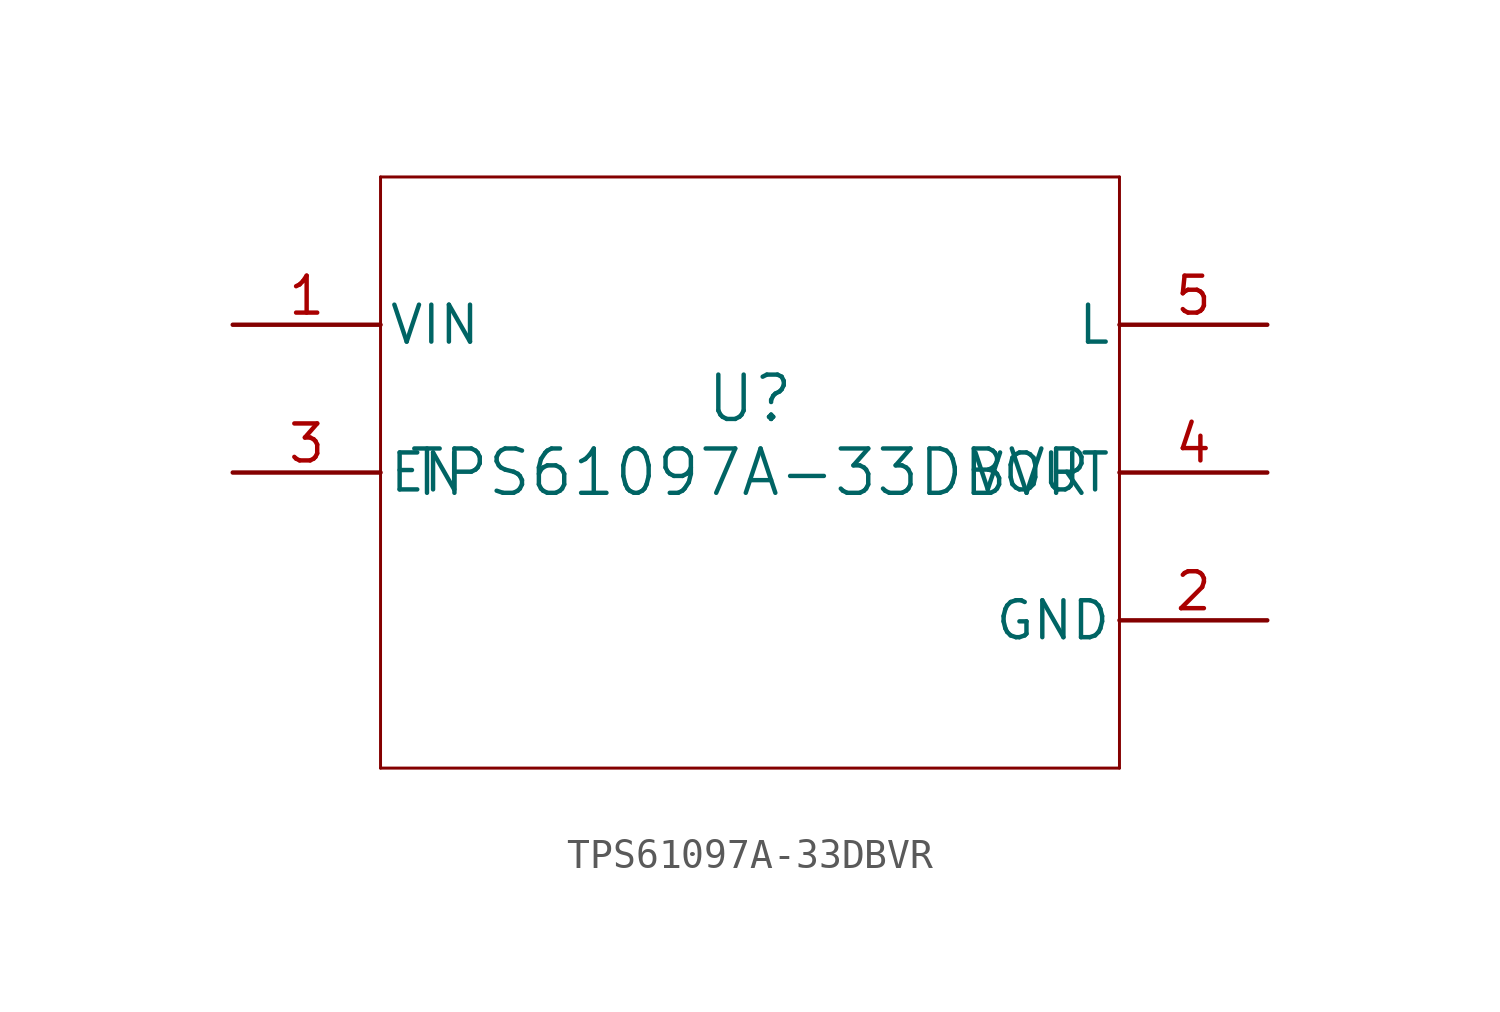
<source format=kicad_sym>
(kicad_symbol_lib
  (version 20211014)
  (generator kicad_symbol_editor)
  (symbol "TPS61097A-33DBVR"
    (pin_names
      (offset 0.254))
    (property "Reference" "U"
      (at 0 2.54 0)
      (effects (font (size 1.524 1.524))))
    (property "Value" "TPS61097A-33DBVR"
      (at 0 0 0)
      (effects (font (size 1.524 1.524))))
    (symbol "TPS61097A-33DBVR_0_1"
      (polyline (pts (xy -12.7 -10.16) (xy 12.7 -10.16)) (stroke (width 0.102) (type default) (color 0 0 0 0)) (fill (type none)))
      (polyline (pts (xy 12.7 -10.16) (xy 12.7 10.16)) (stroke (width 0.102) (type default) (color 0 0 0 0)) (fill (type none)))
      (polyline (pts (xy 12.7 10.16) (xy -12.7 10.16)) (stroke (width 0.102) (type default) (color 0 0 0 0)) (fill (type none)))
      (polyline (pts (xy -12.7 10.16) (xy -12.7 -10.16)) (stroke (width 0.102) (type default) (color 0 0 0 0)) (fill (type none)))
      (pin power_in line (at -17.78 5.08 0) (length 5.08) (name "VIN" (effects (font (size 1.27 1.27)))) (number "1" (effects (font (size 1.27 1.27)))))
      (pin power_in line (at 17.78 -5.08 180) (length 5.08) (name "GND" (effects (font (size 1.27 1.27)))) (number "2" (effects (font (size 1.27 1.27)))))
      (pin input line (at -17.78 0 0) (length 5.08) (name "EN" (effects (font (size 1.27 1.27)))) (number "3" (effects (font (size 1.27 1.27)))))
      (pin power_in line (at 17.78 0 180) (length 5.08) (name "VOUT" (effects (font (size 1.27 1.27)))) (number "4" (effects (font (size 1.27 1.27)))))
      (pin input line (at 17.78 5.08 180) (length 5.08) (name "L" (effects (font (size 1.27 1.27)))) (number "5" (effects (font (size 1.27 1.27))))))))
</source>
